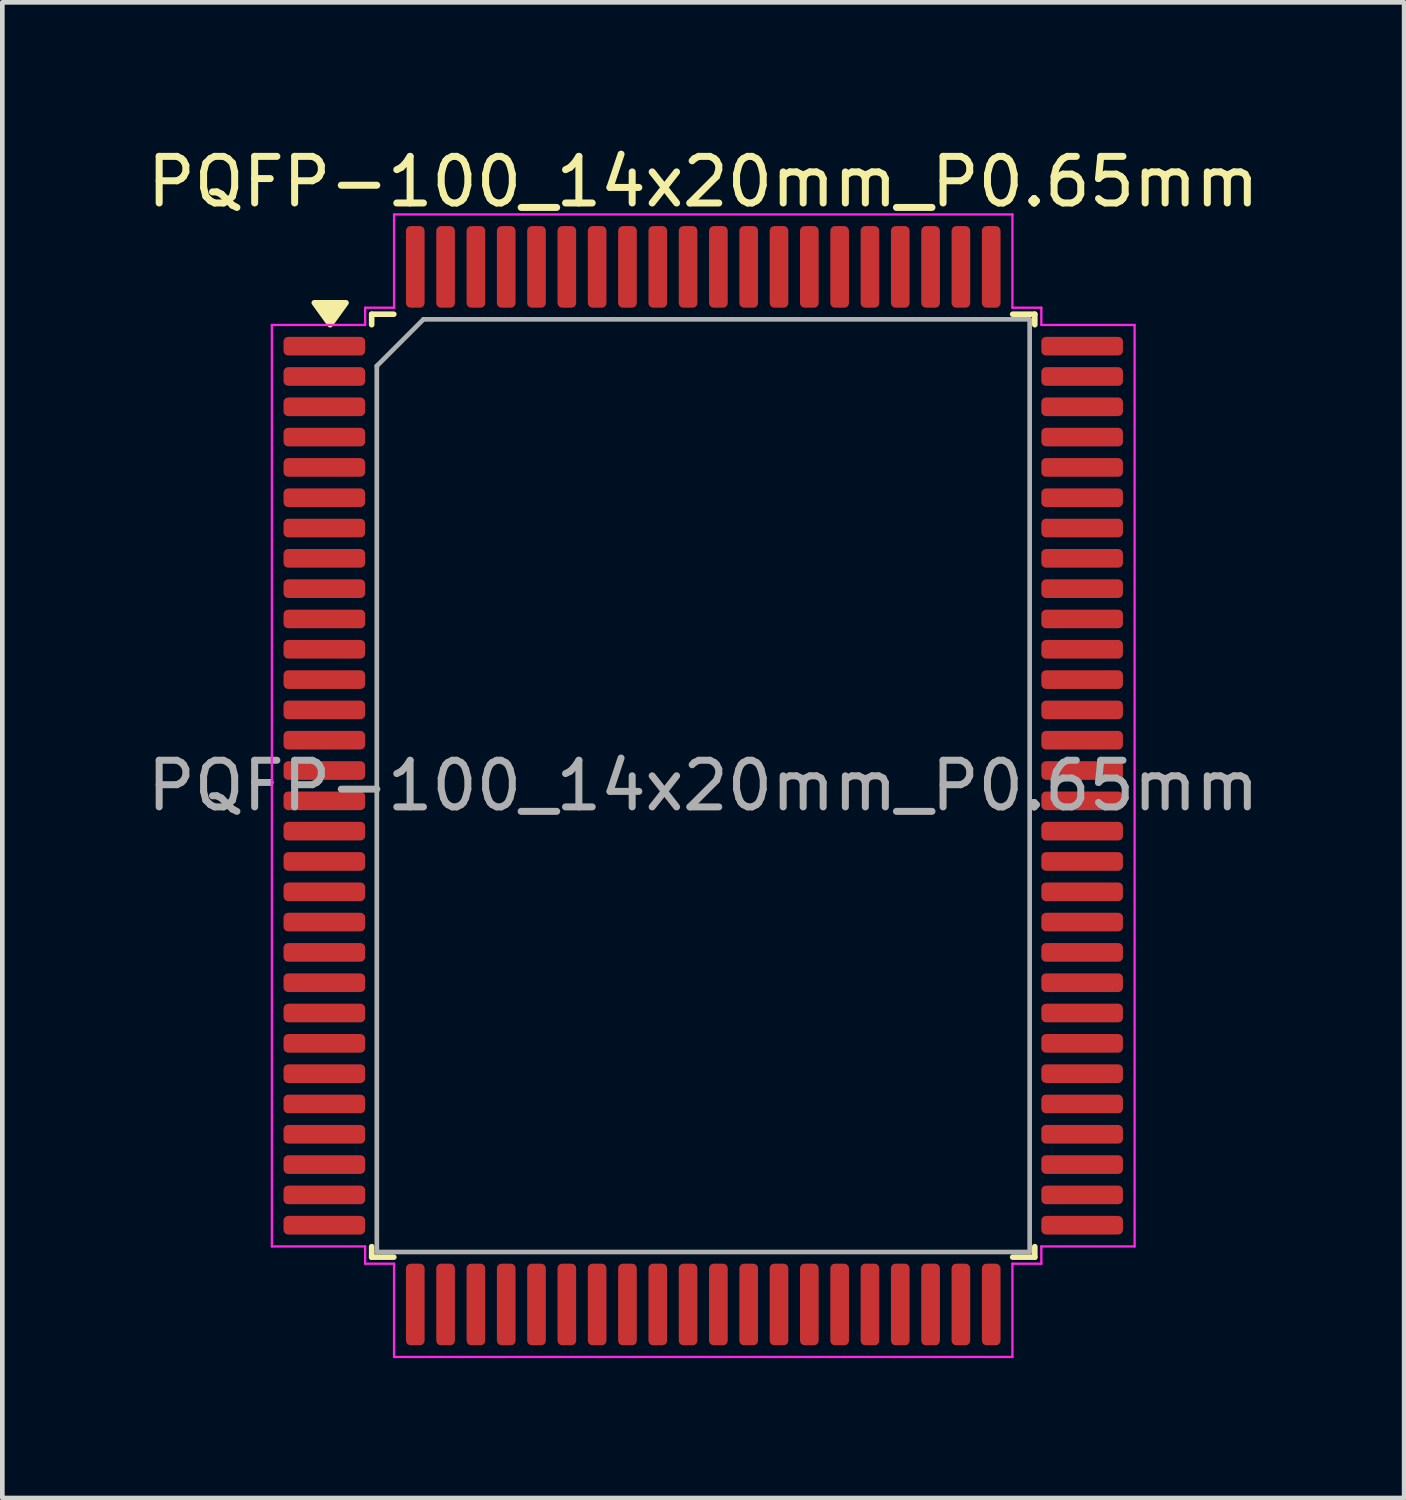
<source format=kicad_pcb>
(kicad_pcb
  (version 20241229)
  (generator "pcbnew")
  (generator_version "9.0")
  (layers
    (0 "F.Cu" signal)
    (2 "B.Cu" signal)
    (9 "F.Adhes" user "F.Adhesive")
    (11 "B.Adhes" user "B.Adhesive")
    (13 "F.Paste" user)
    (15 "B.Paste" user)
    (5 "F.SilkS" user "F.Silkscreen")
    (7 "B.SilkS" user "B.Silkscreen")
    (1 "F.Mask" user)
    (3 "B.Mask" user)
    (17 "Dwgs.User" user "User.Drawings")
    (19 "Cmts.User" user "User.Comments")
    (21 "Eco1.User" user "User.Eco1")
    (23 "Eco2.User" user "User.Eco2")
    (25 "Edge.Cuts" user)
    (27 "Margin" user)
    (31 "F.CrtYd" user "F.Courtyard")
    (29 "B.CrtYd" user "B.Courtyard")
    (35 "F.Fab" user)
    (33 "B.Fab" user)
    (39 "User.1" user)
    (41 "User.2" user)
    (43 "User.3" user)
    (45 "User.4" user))
  (footprint "PQFP-100_14x20mm_P0.65mm"
    (layer "F.Cu")
    (at 12.03 13.798)
    (property "Reference" "PQFP-100_14x20mm_P0.65mm" (at 0 -12.95 0) (layer "F.SilkS") (effects (font (size 1 1) (thickness 0.15))))
    (attr smd)
    (fp_line (start -7.11 -10.11) (end -7.11 -9.885) (stroke (width 0.12) (type solid)) (layer "F.SilkS"))
    (fp_line (start -7.11 10.11) (end -7.11 9.885) (stroke (width 0.12) (type solid)) (layer "F.SilkS"))
    (fp_line (start -6.635 -10.11) (end -7.11 -10.11) (stroke (width 0.12) (type solid)) (layer "F.SilkS"))
    (fp_line (start -6.635 10.11) (end -7.11 10.11) (stroke (width 0.12) (type solid)) (layer "F.SilkS"))
    (fp_line (start 6.635 -10.11) (end 7.11 -10.11) (stroke (width 0.12) (type solid)) (layer "F.SilkS"))
    (fp_line (start 6.635 10.11) (end 7.11 10.11) (stroke (width 0.12) (type solid)) (layer "F.SilkS"))
    (fp_line (start 7.11 -10.11) (end 7.11 -9.885) (stroke (width 0.12) (type solid)) (layer "F.SilkS"))
    (fp_line (start 7.11 10.11) (end 7.11 9.885) (stroke (width 0.12) (type solid)) (layer "F.SilkS"))
    (fp_poly (pts (xy -8 -9.885) (xy -8.34 -10.355) (xy -7.66 -10.355)) (stroke (width 0.12) (type solid)) (fill yes) (layer "F.SilkS"))
    (fp_line (start -9.25 -9.88) (end -7.25 -9.88) (stroke (width 0.05) (type solid)) (layer "F.CrtYd"))
    (fp_line (start -9.25 9.88) (end -9.25 -9.88) (stroke (width 0.05) (type solid)) (layer "F.CrtYd"))
    (fp_line (start -7.25 -10.25) (end -6.63 -10.25) (stroke (width 0.05) (type solid)) (layer "F.CrtYd"))
    (fp_line (start -7.25 -9.88) (end -7.25 -10.25) (stroke (width 0.05) (type solid)) (layer "F.CrtYd"))
    (fp_line (start -7.25 9.88) (end -9.25 9.88) (stroke (width 0.05) (type solid)) (layer "F.CrtYd"))
    (fp_line (start -7.25 10.25) (end -7.25 9.88) (stroke (width 0.05) (type solid)) (layer "F.CrtYd"))
    (fp_line (start -6.63 -12.25) (end 6.63 -12.25) (stroke (width 0.05) (type solid)) (layer "F.CrtYd"))
    (fp_line (start -6.63 -10.25) (end -6.63 -12.25) (stroke (width 0.05) (type solid)) (layer "F.CrtYd"))
    (fp_line (start -6.63 10.25) (end -7.25 10.25) (stroke (width 0.05) (type solid)) (layer "F.CrtYd"))
    (fp_line (start -6.63 12.25) (end -6.63 10.25) (stroke (width 0.05) (type solid)) (layer "F.CrtYd"))
    (fp_line (start 6.63 -12.25) (end 6.63 -10.25) (stroke (width 0.05) (type solid)) (layer "F.CrtYd"))
    (fp_line (start 6.63 -10.25) (end 7.25 -10.25) (stroke (width 0.05) (type solid)) (layer "F.CrtYd"))
    (fp_line (start 6.63 10.25) (end 6.63 12.25) (stroke (width 0.05) (type solid)) (layer "F.CrtYd"))
    (fp_line (start 6.63 12.25) (end -6.63 12.25) (stroke (width 0.05) (type solid)) (layer "F.CrtYd"))
    (fp_line (start 7.25 -10.25) (end 7.25 -9.88) (stroke (width 0.05) (type solid)) (layer "F.CrtYd"))
    (fp_line (start 7.25 -9.88) (end 9.25 -9.88) (stroke (width 0.05) (type solid)) (layer "F.CrtYd"))
    (fp_line (start 7.25 9.88) (end 7.25 10.25) (stroke (width 0.05) (type solid)) (layer "F.CrtYd"))
    (fp_line (start 7.25 10.25) (end 6.63 10.25) (stroke (width 0.05) (type solid)) (layer "F.CrtYd"))
    (fp_line (start 9.25 -9.88) (end 9.25 9.88) (stroke (width 0.05) (type solid)) (layer "F.CrtYd"))
    (fp_line (start 9.25 9.88) (end 7.25 9.88) (stroke (width 0.05) (type solid)) (layer "F.CrtYd"))
    (fp_line (start -7 -9) (end -6 -10) (stroke (width 0.1) (type solid)) (layer "F.Fab"))
    (fp_line (start -7 10) (end -7 -9) (stroke (width 0.1) (type solid)) (layer "F.Fab"))
    (fp_line (start -6 -10) (end 7 -10) (stroke (width 0.1) (type solid)) (layer "F.Fab"))
    (fp_line (start 7 -10) (end 7 10) (stroke (width 0.1) (type solid)) (layer "F.Fab"))
    (fp_line (start 7 10) (end -7 10) (stroke (width 0.1) (type solid)) (layer "F.Fab"))
    (fp_text user "${REFERENCE}" (at 0 0 0) (layer "F.Fab") (effects (font (size 1 1) (thickness 0.15))))
    (pad "1" smd roundrect (at -8.125 -9.425) (size 1.75 0.4) (layers "F.Cu" "F.Mask" "F.Paste") (roundrect_rratio 0.25))
    (pad "2" smd roundrect (at -8.125 -8.775) (size 1.75 0.4) (layers "F.Cu" "F.Mask" "F.Paste") (roundrect_rratio 0.25))
    (pad "3" smd roundrect (at -8.125 -8.125) (size 1.75 0.4) (layers "F.Cu" "F.Mask" "F.Paste") (roundrect_rratio 0.25))
    (pad "4" smd roundrect (at -8.125 -7.475) (size 1.75 0.4) (layers "F.Cu" "F.Mask" "F.Paste") (roundrect_rratio 0.25))
    (pad "5" smd roundrect (at -8.125 -6.825) (size 1.75 0.4) (layers "F.Cu" "F.Mask" "F.Paste") (roundrect_rratio 0.25))
    (pad "6" smd roundrect (at -8.125 -6.175) (size 1.75 0.4) (layers "F.Cu" "F.Mask" "F.Paste") (roundrect_rratio 0.25))
    (pad "7" smd roundrect (at -8.125 -5.525) (size 1.75 0.4) (layers "F.Cu" "F.Mask" "F.Paste") (roundrect_rratio 0.25))
    (pad "8" smd roundrect (at -8.125 -4.875) (size 1.75 0.4) (layers "F.Cu" "F.Mask" "F.Paste") (roundrect_rratio 0.25))
    (pad "9" smd roundrect (at -8.125 -4.225) (size 1.75 0.4) (layers "F.Cu" "F.Mask" "F.Paste") (roundrect_rratio 0.25))
    (pad "10" smd roundrect (at -8.125 -3.575) (size 1.75 0.4) (layers "F.Cu" "F.Mask" "F.Paste") (roundrect_rratio 0.25))
    (pad "11" smd roundrect (at -8.125 -2.925) (size 1.75 0.4) (layers "F.Cu" "F.Mask" "F.Paste") (roundrect_rratio 0.25))
    (pad "12" smd roundrect (at -8.125 -2.275) (size 1.75 0.4) (layers "F.Cu" "F.Mask" "F.Paste") (roundrect_rratio 0.25))
    (pad "13" smd roundrect (at -8.125 -1.625) (size 1.75 0.4) (layers "F.Cu" "F.Mask" "F.Paste") (roundrect_rratio 0.25))
    (pad "14" smd roundrect (at -8.125 -0.975) (size 1.75 0.4) (layers "F.Cu" "F.Mask" "F.Paste") (roundrect_rratio 0.25))
    (pad "15" smd roundrect (at -8.125 -0.325) (size 1.75 0.4) (layers "F.Cu" "F.Mask" "F.Paste") (roundrect_rratio 0.25))
    (pad "16" smd roundrect (at -8.125 0.325) (size 1.75 0.4) (layers "F.Cu" "F.Mask" "F.Paste") (roundrect_rratio 0.25))
    (pad "17" smd roundrect (at -8.125 0.975) (size 1.75 0.4) (layers "F.Cu" "F.Mask" "F.Paste") (roundrect_rratio 0.25))
    (pad "18" smd roundrect (at -8.125 1.625) (size 1.75 0.4) (layers "F.Cu" "F.Mask" "F.Paste") (roundrect_rratio 0.25))
    (pad "19" smd roundrect (at -8.125 2.275) (size 1.75 0.4) (layers "F.Cu" "F.Mask" "F.Paste") (roundrect_rratio 0.25))
    (pad "20" smd roundrect (at -8.125 2.925) (size 1.75 0.4) (layers "F.Cu" "F.Mask" "F.Paste") (roundrect_rratio 0.25))
    (pad "21" smd roundrect (at -8.125 3.575) (size 1.75 0.4) (layers "F.Cu" "F.Mask" "F.Paste") (roundrect_rratio 0.25))
    (pad "22" smd roundrect (at -8.125 4.225) (size 1.75 0.4) (layers "F.Cu" "F.Mask" "F.Paste") (roundrect_rratio 0.25))
    (pad "23" smd roundrect (at -8.125 4.875) (size 1.75 0.4) (layers "F.Cu" "F.Mask" "F.Paste") (roundrect_rratio 0.25))
    (pad "24" smd roundrect (at -8.125 5.525) (size 1.75 0.4) (layers "F.Cu" "F.Mask" "F.Paste") (roundrect_rratio 0.25))
    (pad "25" smd roundrect (at -8.125 6.175) (size 1.75 0.4) (layers "F.Cu" "F.Mask" "F.Paste") (roundrect_rratio 0.25))
    (pad "26" smd roundrect (at -8.125 6.825) (size 1.75 0.4) (layers "F.Cu" "F.Mask" "F.Paste") (roundrect_rratio 0.25))
    (pad "27" smd roundrect (at -8.125 7.475) (size 1.75 0.4) (layers "F.Cu" "F.Mask" "F.Paste") (roundrect_rratio 0.25))
    (pad "28" smd roundrect (at -8.125 8.125) (size 1.75 0.4) (layers "F.Cu" "F.Mask" "F.Paste") (roundrect_rratio 0.25))
    (pad "29" smd roundrect (at -8.125 8.775) (size 1.75 0.4) (layers "F.Cu" "F.Mask" "F.Paste") (roundrect_rratio 0.25))
    (pad "30" smd roundrect (at -8.125 9.425) (size 1.75 0.4) (layers "F.Cu" "F.Mask" "F.Paste") (roundrect_rratio 0.25))
    (pad "31" smd roundrect (at -6.175 11.125) (size 0.4 1.75) (layers "F.Cu" "F.Mask" "F.Paste") (roundrect_rratio 0.25))
    (pad "32" smd roundrect (at -5.525 11.125) (size 0.4 1.75) (layers "F.Cu" "F.Mask" "F.Paste") (roundrect_rratio 0.25))
    (pad "33" smd roundrect (at -4.875 11.125) (size 0.4 1.75) (layers "F.Cu" "F.Mask" "F.Paste") (roundrect_rratio 0.25))
    (pad "34" smd roundrect (at -4.225 11.125) (size 0.4 1.75) (layers "F.Cu" "F.Mask" "F.Paste") (roundrect_rratio 0.25))
    (pad "35" smd roundrect (at -3.575 11.125) (size 0.4 1.75) (layers "F.Cu" "F.Mask" "F.Paste") (roundrect_rratio 0.25))
    (pad "36" smd roundrect (at -2.925 11.125) (size 0.4 1.75) (layers "F.Cu" "F.Mask" "F.Paste") (roundrect_rratio 0.25))
    (pad "37" smd roundrect (at -2.275 11.125) (size 0.4 1.75) (layers "F.Cu" "F.Mask" "F.Paste") (roundrect_rratio 0.25))
    (pad "38" smd roundrect (at -1.625 11.125) (size 0.4 1.75) (layers "F.Cu" "F.Mask" "F.Paste") (roundrect_rratio 0.25))
    (pad "39" smd roundrect (at -0.975 11.125) (size 0.4 1.75) (layers "F.Cu" "F.Mask" "F.Paste") (roundrect_rratio 0.25))
    (pad "40" smd roundrect (at -0.325 11.125) (size 0.4 1.75) (layers "F.Cu" "F.Mask" "F.Paste") (roundrect_rratio 0.25))
    (pad "41" smd roundrect (at 0.325 11.125) (size 0.4 1.75) (layers "F.Cu" "F.Mask" "F.Paste") (roundrect_rratio 0.25))
    (pad "42" smd roundrect (at 0.975 11.125) (size 0.4 1.75) (layers "F.Cu" "F.Mask" "F.Paste") (roundrect_rratio 0.25))
    (pad "43" smd roundrect (at 1.625 11.125) (size 0.4 1.75) (layers "F.Cu" "F.Mask" "F.Paste") (roundrect_rratio 0.25))
    (pad "44" smd roundrect (at 2.275 11.125) (size 0.4 1.75) (layers "F.Cu" "F.Mask" "F.Paste") (roundrect_rratio 0.25))
    (pad "45" smd roundrect (at 2.925 11.125) (size 0.4 1.75) (layers "F.Cu" "F.Mask" "F.Paste") (roundrect_rratio 0.25))
    (pad "46" smd roundrect (at 3.575 11.125) (size 0.4 1.75) (layers "F.Cu" "F.Mask" "F.Paste") (roundrect_rratio 0.25))
    (pad "47" smd roundrect (at 4.225 11.125) (size 0.4 1.75) (layers "F.Cu" "F.Mask" "F.Paste") (roundrect_rratio 0.25))
    (pad "48" smd roundrect (at 4.875 11.125) (size 0.4 1.75) (layers "F.Cu" "F.Mask" "F.Paste") (roundrect_rratio 0.25))
    (pad "49" smd roundrect (at 5.525 11.125) (size 0.4 1.75) (layers "F.Cu" "F.Mask" "F.Paste") (roundrect_rratio 0.25))
    (pad "50" smd roundrect (at 6.175 11.125) (size 0.4 1.75) (layers "F.Cu" "F.Mask" "F.Paste") (roundrect_rratio 0.25))
    (pad "51" smd roundrect (at 8.125 9.425) (size 1.75 0.4) (layers "F.Cu" "F.Mask" "F.Paste") (roundrect_rratio 0.25))
    (pad "52" smd roundrect (at 8.125 8.775) (size 1.75 0.4) (layers "F.Cu" "F.Mask" "F.Paste") (roundrect_rratio 0.25))
    (pad "53" smd roundrect (at 8.125 8.125) (size 1.75 0.4) (layers "F.Cu" "F.Mask" "F.Paste") (roundrect_rratio 0.25))
    (pad "54" smd roundrect (at 8.125 7.475) (size 1.75 0.4) (layers "F.Cu" "F.Mask" "F.Paste") (roundrect_rratio 0.25))
    (pad "55" smd roundrect (at 8.125 6.825) (size 1.75 0.4) (layers "F.Cu" "F.Mask" "F.Paste") (roundrect_rratio 0.25))
    (pad "56" smd roundrect (at 8.125 6.175) (size 1.75 0.4) (layers "F.Cu" "F.Mask" "F.Paste") (roundrect_rratio 0.25))
    (pad "57" smd roundrect (at 8.125 5.525) (size 1.75 0.4) (layers "F.Cu" "F.Mask" "F.Paste") (roundrect_rratio 0.25))
    (pad "58" smd roundrect (at 8.125 4.875) (size 1.75 0.4) (layers "F.Cu" "F.Mask" "F.Paste") (roundrect_rratio 0.25))
    (pad "59" smd roundrect (at 8.125 4.225) (size 1.75 0.4) (layers "F.Cu" "F.Mask" "F.Paste") (roundrect_rratio 0.25))
    (pad "60" smd roundrect (at 8.125 3.575) (size 1.75 0.4) (layers "F.Cu" "F.Mask" "F.Paste") (roundrect_rratio 0.25))
    (pad "61" smd roundrect (at 8.125 2.925) (size 1.75 0.4) (layers "F.Cu" "F.Mask" "F.Paste") (roundrect_rratio 0.25))
    (pad "62" smd roundrect (at 8.125 2.275) (size 1.75 0.4) (layers "F.Cu" "F.Mask" "F.Paste") (roundrect_rratio 0.25))
    (pad "63" smd roundrect (at 8.125 1.625) (size 1.75 0.4) (layers "F.Cu" "F.Mask" "F.Paste") (roundrect_rratio 0.25))
    (pad "64" smd roundrect (at 8.125 0.975) (size 1.75 0.4) (layers "F.Cu" "F.Mask" "F.Paste") (roundrect_rratio 0.25))
    (pad "65" smd roundrect (at 8.125 0.325) (size 1.75 0.4) (layers "F.Cu" "F.Mask" "F.Paste") (roundrect_rratio 0.25))
    (pad "66" smd roundrect (at 8.125 -0.325) (size 1.75 0.4) (layers "F.Cu" "F.Mask" "F.Paste") (roundrect_rratio 0.25))
    (pad "67" smd roundrect (at 8.125 -0.975) (size 1.75 0.4) (layers "F.Cu" "F.Mask" "F.Paste") (roundrect_rratio 0.25))
    (pad "68" smd roundrect (at 8.125 -1.625) (size 1.75 0.4) (layers "F.Cu" "F.Mask" "F.Paste") (roundrect_rratio 0.25))
    (pad "69" smd roundrect (at 8.125 -2.275) (size 1.75 0.4) (layers "F.Cu" "F.Mask" "F.Paste") (roundrect_rratio 0.25))
    (pad "70" smd roundrect (at 8.125 -2.925) (size 1.75 0.4) (layers "F.Cu" "F.Mask" "F.Paste") (roundrect_rratio 0.25))
    (pad "71" smd roundrect (at 8.125 -3.575) (size 1.75 0.4) (layers "F.Cu" "F.Mask" "F.Paste") (roundrect_rratio 0.25))
    (pad "72" smd roundrect (at 8.125 -4.225) (size 1.75 0.4) (layers "F.Cu" "F.Mask" "F.Paste") (roundrect_rratio 0.25))
    (pad "73" smd roundrect (at 8.125 -4.875) (size 1.75 0.4) (layers "F.Cu" "F.Mask" "F.Paste") (roundrect_rratio 0.25))
    (pad "74" smd roundrect (at 8.125 -5.525) (size 1.75 0.4) (layers "F.Cu" "F.Mask" "F.Paste") (roundrect_rratio 0.25))
    (pad "75" smd roundrect (at 8.125 -6.175) (size 1.75 0.4) (layers "F.Cu" "F.Mask" "F.Paste") (roundrect_rratio 0.25))
    (pad "76" smd roundrect (at 8.125 -6.825) (size 1.75 0.4) (layers "F.Cu" "F.Mask" "F.Paste") (roundrect_rratio 0.25))
    (pad "77" smd roundrect (at 8.125 -7.475) (size 1.75 0.4) (layers "F.Cu" "F.Mask" "F.Paste") (roundrect_rratio 0.25))
    (pad "78" smd roundrect (at 8.125 -8.125) (size 1.75 0.4) (layers "F.Cu" "F.Mask" "F.Paste") (roundrect_rratio 0.25))
    (pad "79" smd roundrect (at 8.125 -8.775) (size 1.75 0.4) (layers "F.Cu" "F.Mask" "F.Paste") (roundrect_rratio 0.25))
    (pad "80" smd roundrect (at 8.125 -9.425) (size 1.75 0.4) (layers "F.Cu" "F.Mask" "F.Paste") (roundrect_rratio 0.25))
    (pad "81" smd roundrect (at 6.175 -11.125) (size 0.4 1.75) (layers "F.Cu" "F.Mask" "F.Paste") (roundrect_rratio 0.25))
    (pad "82" smd roundrect (at 5.525 -11.125) (size 0.4 1.75) (layers "F.Cu" "F.Mask" "F.Paste") (roundrect_rratio 0.25))
    (pad "83" smd roundrect (at 4.875 -11.125) (size 0.4 1.75) (layers "F.Cu" "F.Mask" "F.Paste") (roundrect_rratio 0.25))
    (pad "84" smd roundrect (at 4.225 -11.125) (size 0.4 1.75) (layers "F.Cu" "F.Mask" "F.Paste") (roundrect_rratio 0.25))
    (pad "85" smd roundrect (at 3.575 -11.125) (size 0.4 1.75) (layers "F.Cu" "F.Mask" "F.Paste") (roundrect_rratio 0.25))
    (pad "86" smd roundrect (at 2.925 -11.125) (size 0.4 1.75) (layers "F.Cu" "F.Mask" "F.Paste") (roundrect_rratio 0.25))
    (pad "87" smd roundrect (at 2.275 -11.125) (size 0.4 1.75) (layers "F.Cu" "F.Mask" "F.Paste") (roundrect_rratio 0.25))
    (pad "88" smd roundrect (at 1.625 -11.125) (size 0.4 1.75) (layers "F.Cu" "F.Mask" "F.Paste") (roundrect_rratio 0.25))
    (pad "89" smd roundrect (at 0.975 -11.125) (size 0.4 1.75) (layers "F.Cu" "F.Mask" "F.Paste") (roundrect_rratio 0.25))
    (pad "90" smd roundrect (at 0.325 -11.125) (size 0.4 1.75) (layers "F.Cu" "F.Mask" "F.Paste") (roundrect_rratio 0.25))
    (pad "91" smd roundrect (at -0.325 -11.125) (size 0.4 1.75) (layers "F.Cu" "F.Mask" "F.Paste") (roundrect_rratio 0.25))
    (pad "92" smd roundrect (at -0.975 -11.125) (size 0.4 1.75) (layers "F.Cu" "F.Mask" "F.Paste") (roundrect_rratio 0.25))
    (pad "93" smd roundrect (at -1.625 -11.125) (size 0.4 1.75) (layers "F.Cu" "F.Mask" "F.Paste") (roundrect_rratio 0.25))
    (pad "94" smd roundrect (at -2.275 -11.125) (size 0.4 1.75) (layers "F.Cu" "F.Mask" "F.Paste") (roundrect_rratio 0.25))
    (pad "95" smd roundrect (at -2.925 -11.125) (size 0.4 1.75) (layers "F.Cu" "F.Mask" "F.Paste") (roundrect_rratio 0.25))
    (pad "96" smd roundrect (at -3.575 -11.125) (size 0.4 1.75) (layers "F.Cu" "F.Mask" "F.Paste") (roundrect_rratio 0.25))
    (pad "97" smd roundrect (at -4.225 -11.125) (size 0.4 1.75) (layers "F.Cu" "F.Mask" "F.Paste") (roundrect_rratio 0.25))
    (pad "98" smd roundrect (at -4.875 -11.125) (size 0.4 1.75) (layers "F.Cu" "F.Mask" "F.Paste") (roundrect_rratio 0.25))
    (pad "99" smd roundrect (at -5.525 -11.125) (size 0.4 1.75) (layers "F.Cu" "F.Mask" "F.Paste") (roundrect_rratio 0.25))
    (pad "100" smd roundrect (at -6.175 -11.125) (size 0.4 1.75) (layers "F.Cu" "F.Mask" "F.Paste") (roundrect_rratio 0.25)))
  (gr_rect
    (start -3 -3)
    (end 27.06 29.073)
    (stroke (width 0.1) (type default))
    (fill no)
    (layer "Edge.Cuts")))
</source>
